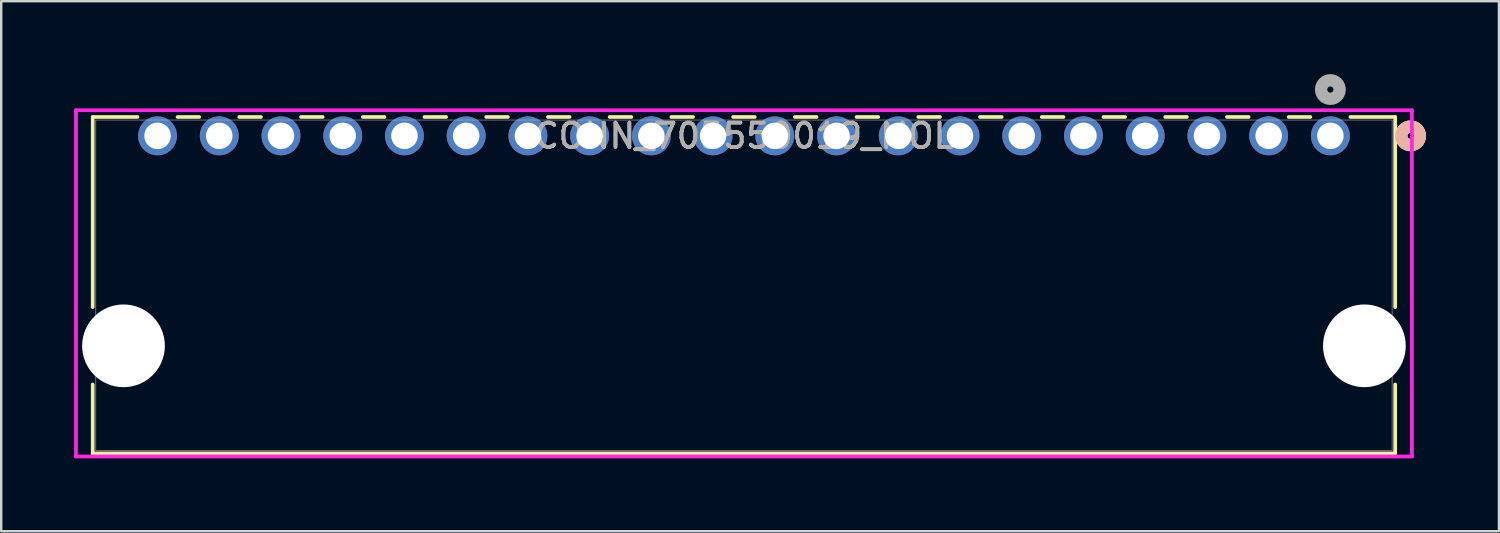
<source format=kicad_pcb>
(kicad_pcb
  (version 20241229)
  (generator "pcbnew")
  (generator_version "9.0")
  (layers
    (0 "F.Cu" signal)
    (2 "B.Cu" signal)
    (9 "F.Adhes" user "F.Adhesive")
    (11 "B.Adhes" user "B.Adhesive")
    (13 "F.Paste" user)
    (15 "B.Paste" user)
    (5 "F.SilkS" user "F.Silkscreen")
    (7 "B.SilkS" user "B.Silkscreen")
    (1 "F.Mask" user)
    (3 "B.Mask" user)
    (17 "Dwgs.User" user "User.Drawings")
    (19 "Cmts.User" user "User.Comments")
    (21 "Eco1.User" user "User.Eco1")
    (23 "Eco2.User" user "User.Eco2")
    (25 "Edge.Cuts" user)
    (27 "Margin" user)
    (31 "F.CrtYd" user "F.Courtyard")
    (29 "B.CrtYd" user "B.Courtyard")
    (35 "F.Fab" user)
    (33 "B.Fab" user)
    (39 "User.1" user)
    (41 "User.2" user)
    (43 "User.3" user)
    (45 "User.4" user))
  (footprint "CONN_705550019_MOL"
    (layer "F.Cu")
    (at 51.692 2.54)
    (property "Reference" "CONN_705550019_MOL" (at -24.13 0 0) (unlocked yes) (layer "F.SilkS") (effects (font (size 1 1) (thickness 0.15))))
    (attr through_hole)
    (fp_line (start -50.927 -0.777) (end -50.927 7.048) (stroke (width 0.152) (type solid)) (layer "F.SilkS"))
    (fp_line (start -50.927 10.232) (end -50.927 13.066) (stroke (width 0.152) (type solid)) (layer "F.SilkS"))
    (fp_line (start -50.927 13.066) (end 2.667 13.066) (stroke (width 0.152) (type solid)) (layer "F.SilkS"))
    (fp_line (start -49.084 -0.777) (end -50.927 -0.777) (stroke (width 0.152) (type solid)) (layer "F.SilkS"))
    (fp_line (start -46.544 -0.777) (end -47.436 -0.777) (stroke (width 0.152) (type solid)) (layer "F.SilkS"))
    (fp_line (start -44.004 -0.777) (end -44.896 -0.777) (stroke (width 0.152) (type solid)) (layer "F.SilkS"))
    (fp_line (start -41.464 -0.777) (end -42.356 -0.777) (stroke (width 0.152) (type solid)) (layer "F.SilkS"))
    (fp_line (start -38.924 -0.777) (end -39.816 -0.777) (stroke (width 0.152) (type solid)) (layer "F.SilkS"))
    (fp_line (start -36.384 -0.777) (end -37.276 -0.777) (stroke (width 0.152) (type solid)) (layer "F.SilkS"))
    (fp_line (start -33.844 -0.777) (end -34.736 -0.777) (stroke (width 0.152) (type solid)) (layer "F.SilkS"))
    (fp_line (start -31.304 -0.777) (end -32.196 -0.777) (stroke (width 0.152) (type solid)) (layer "F.SilkS"))
    (fp_line (start -28.764 -0.777) (end -29.656 -0.777) (stroke (width 0.152) (type solid)) (layer "F.SilkS"))
    (fp_line (start -26.224 -0.777) (end -27.116 -0.777) (stroke (width 0.152) (type solid)) (layer "F.SilkS"))
    (fp_line (start -23.684 -0.777) (end -24.576 -0.777) (stroke (width 0.152) (type solid)) (layer "F.SilkS"))
    (fp_line (start -21.144 -0.777) (end -22.036 -0.777) (stroke (width 0.152) (type solid)) (layer "F.SilkS"))
    (fp_line (start -18.604 -0.777) (end -19.496 -0.777) (stroke (width 0.152) (type solid)) (layer "F.SilkS"))
    (fp_line (start -16.064 -0.777) (end -16.956 -0.777) (stroke (width 0.152) (type solid)) (layer "F.SilkS"))
    (fp_line (start -13.524 -0.777) (end -14.416 -0.777) (stroke (width 0.152) (type solid)) (layer "F.SilkS"))
    (fp_line (start -10.984 -0.777) (end -11.876 -0.777) (stroke (width 0.152) (type solid)) (layer "F.SilkS"))
    (fp_line (start -8.444 -0.777) (end -9.336 -0.777) (stroke (width 0.152) (type solid)) (layer "F.SilkS"))
    (fp_line (start -5.904 -0.777) (end -6.796 -0.777) (stroke (width 0.152) (type solid)) (layer "F.SilkS"))
    (fp_line (start -3.364 -0.777) (end -4.256 -0.777) (stroke (width 0.152) (type solid)) (layer "F.SilkS"))
    (fp_line (start -0.824 -0.777) (end -1.716 -0.777) (stroke (width 0.152) (type solid)) (layer "F.SilkS"))
    (fp_line (start 2.667 -0.777) (end 0.824 -0.777) (stroke (width 0.152) (type solid)) (layer "F.SilkS"))
    (fp_line (start 2.667 7.048) (end 2.667 -0.777) (stroke (width 0.152) (type solid)) (layer "F.SilkS"))
    (fp_line (start 2.667 13.066) (end 2.667 10.232) (stroke (width 0.152) (type solid)) (layer "F.SilkS"))
    (fp_circle (center 3.302 0) (end 3.683 0) (stroke (width 0.508) (type solid)) (fill no) (layer "F.SilkS"))
    (fp_circle (center 3.302 0) (end 3.683 0) (stroke (width 0.508) (type solid)) (fill no) (layer "B.SilkS"))
    (fp_line (start -51.616 -1.054) (end -51.616 13.193) (stroke (width 0.152) (type solid)) (layer "F.CrtYd"))
    (fp_line (start -51.616 13.193) (end 3.356 13.193) (stroke (width 0.152) (type solid)) (layer "F.CrtYd"))
    (fp_line (start 3.356 -1.054) (end -51.616 -1.054) (stroke (width 0.152) (type solid)) (layer "F.CrtYd"))
    (fp_line (start 3.356 13.193) (end 3.356 -1.054) (stroke (width 0.152) (type solid)) (layer "F.CrtYd"))
    (fp_line (start -50.8 -0.65) (end -50.8 12.939) (stroke (width 0.025) (type solid)) (layer "F.Fab"))
    (fp_line (start -50.8 12.939) (end 2.54 12.939) (stroke (width 0.025) (type solid)) (layer "F.Fab"))
    (fp_line (start 2.54 -0.65) (end -50.8 -0.65) (stroke (width 0.025) (type solid)) (layer "F.Fab"))
    (fp_line (start 2.54 12.939) (end 2.54 -0.65) (stroke (width 0.025) (type solid)) (layer "F.Fab"))
    (fp_circle (center 0 -1.905) (end 0.381 -1.905) (stroke (width 0.508) (type solid)) (fill no) (layer "F.Fab"))
    (fp_text user "${REFERENCE}" (at -24.13 0 0) (unlocked yes) (layer "F.Fab") (effects (font (size 1 1) (thickness 0.15))))
    (pad "" np_thru_hole circle (at -49.66 8.64) (size 3.404 3.404) (drill 3.404) (layers "*.Cu" "*.Mask"))
    (pad "" np_thru_hole circle (at 1.4 8.64) (size 3.404 3.404) (drill 3.404) (layers "*.Cu" "*.Mask"))
    (pad "1" thru_hole circle (at 0 0) (size 1.6 1.6) (drill 1.092) (layers "*.Cu" "*.Mask"))
    (pad "2" thru_hole circle (at -2.54 0) (size 1.6 1.6) (drill 1.092) (layers "*.Cu" "*.Mask"))
    (pad "3" thru_hole circle (at -5.08 0) (size 1.6 1.6) (drill 1.092) (layers "*.Cu" "*.Mask"))
    (pad "4" thru_hole circle (at -7.62 0) (size 1.6 1.6) (drill 1.092) (layers "*.Cu" "*.Mask"))
    (pad "5" thru_hole circle (at -10.16 0) (size 1.6 1.6) (drill 1.092) (layers "*.Cu" "*.Mask"))
    (pad "6" thru_hole circle (at -12.7 0) (size 1.6 1.6) (drill 1.092) (layers "*.Cu" "*.Mask"))
    (pad "7" thru_hole circle (at -15.24 0) (size 1.6 1.6) (drill 1.092) (layers "*.Cu" "*.Mask"))
    (pad "8" thru_hole circle (at -17.78 0) (size 1.6 1.6) (drill 1.092) (layers "*.Cu" "*.Mask"))
    (pad "9" thru_hole circle (at -20.32 0) (size 1.6 1.6) (drill 1.092) (layers "*.Cu" "*.Mask"))
    (pad "10" thru_hole circle (at -22.86 0) (size 1.6 1.6) (drill 1.092) (layers "*.Cu" "*.Mask"))
    (pad "11" thru_hole circle (at -25.4 0) (size 1.6 1.6) (drill 1.092) (layers "*.Cu" "*.Mask"))
    (pad "12" thru_hole circle (at -27.94 0) (size 1.6 1.6) (drill 1.092) (layers "*.Cu" "*.Mask"))
    (pad "13" thru_hole circle (at -30.48 0) (size 1.6 1.6) (drill 1.092) (layers "*.Cu" "*.Mask"))
    (pad "14" thru_hole circle (at -33.02 0) (size 1.6 1.6) (drill 1.092) (layers "*.Cu" "*.Mask"))
    (pad "15" thru_hole circle (at -35.56 0) (size 1.6 1.6) (drill 1.092) (layers "*.Cu" "*.Mask"))
    (pad "16" thru_hole circle (at -38.1 0) (size 1.6 1.6) (drill 1.092) (layers "*.Cu" "*.Mask"))
    (pad "17" thru_hole circle (at -40.64 0) (size 1.6 1.6) (drill 1.092) (layers "*.Cu" "*.Mask"))
    (pad "18" thru_hole circle (at -43.18 0) (size 1.6 1.6) (drill 1.092) (layers "*.Cu" "*.Mask"))
    (pad "19" thru_hole circle (at -45.72 0) (size 1.6 1.6) (drill 1.092) (layers "*.Cu" "*.Mask"))
    (pad "20" thru_hole circle (at -48.26 0) (size 1.6 1.6) (drill 1.092) (layers "*.Cu" "*.Mask")))
  (gr_rect
    (start -3 -3)
    (end 58.629 18.809)
    (stroke (width 0.1) (type default))
    (fill no)
    (layer "Edge.Cuts")))
</source>
